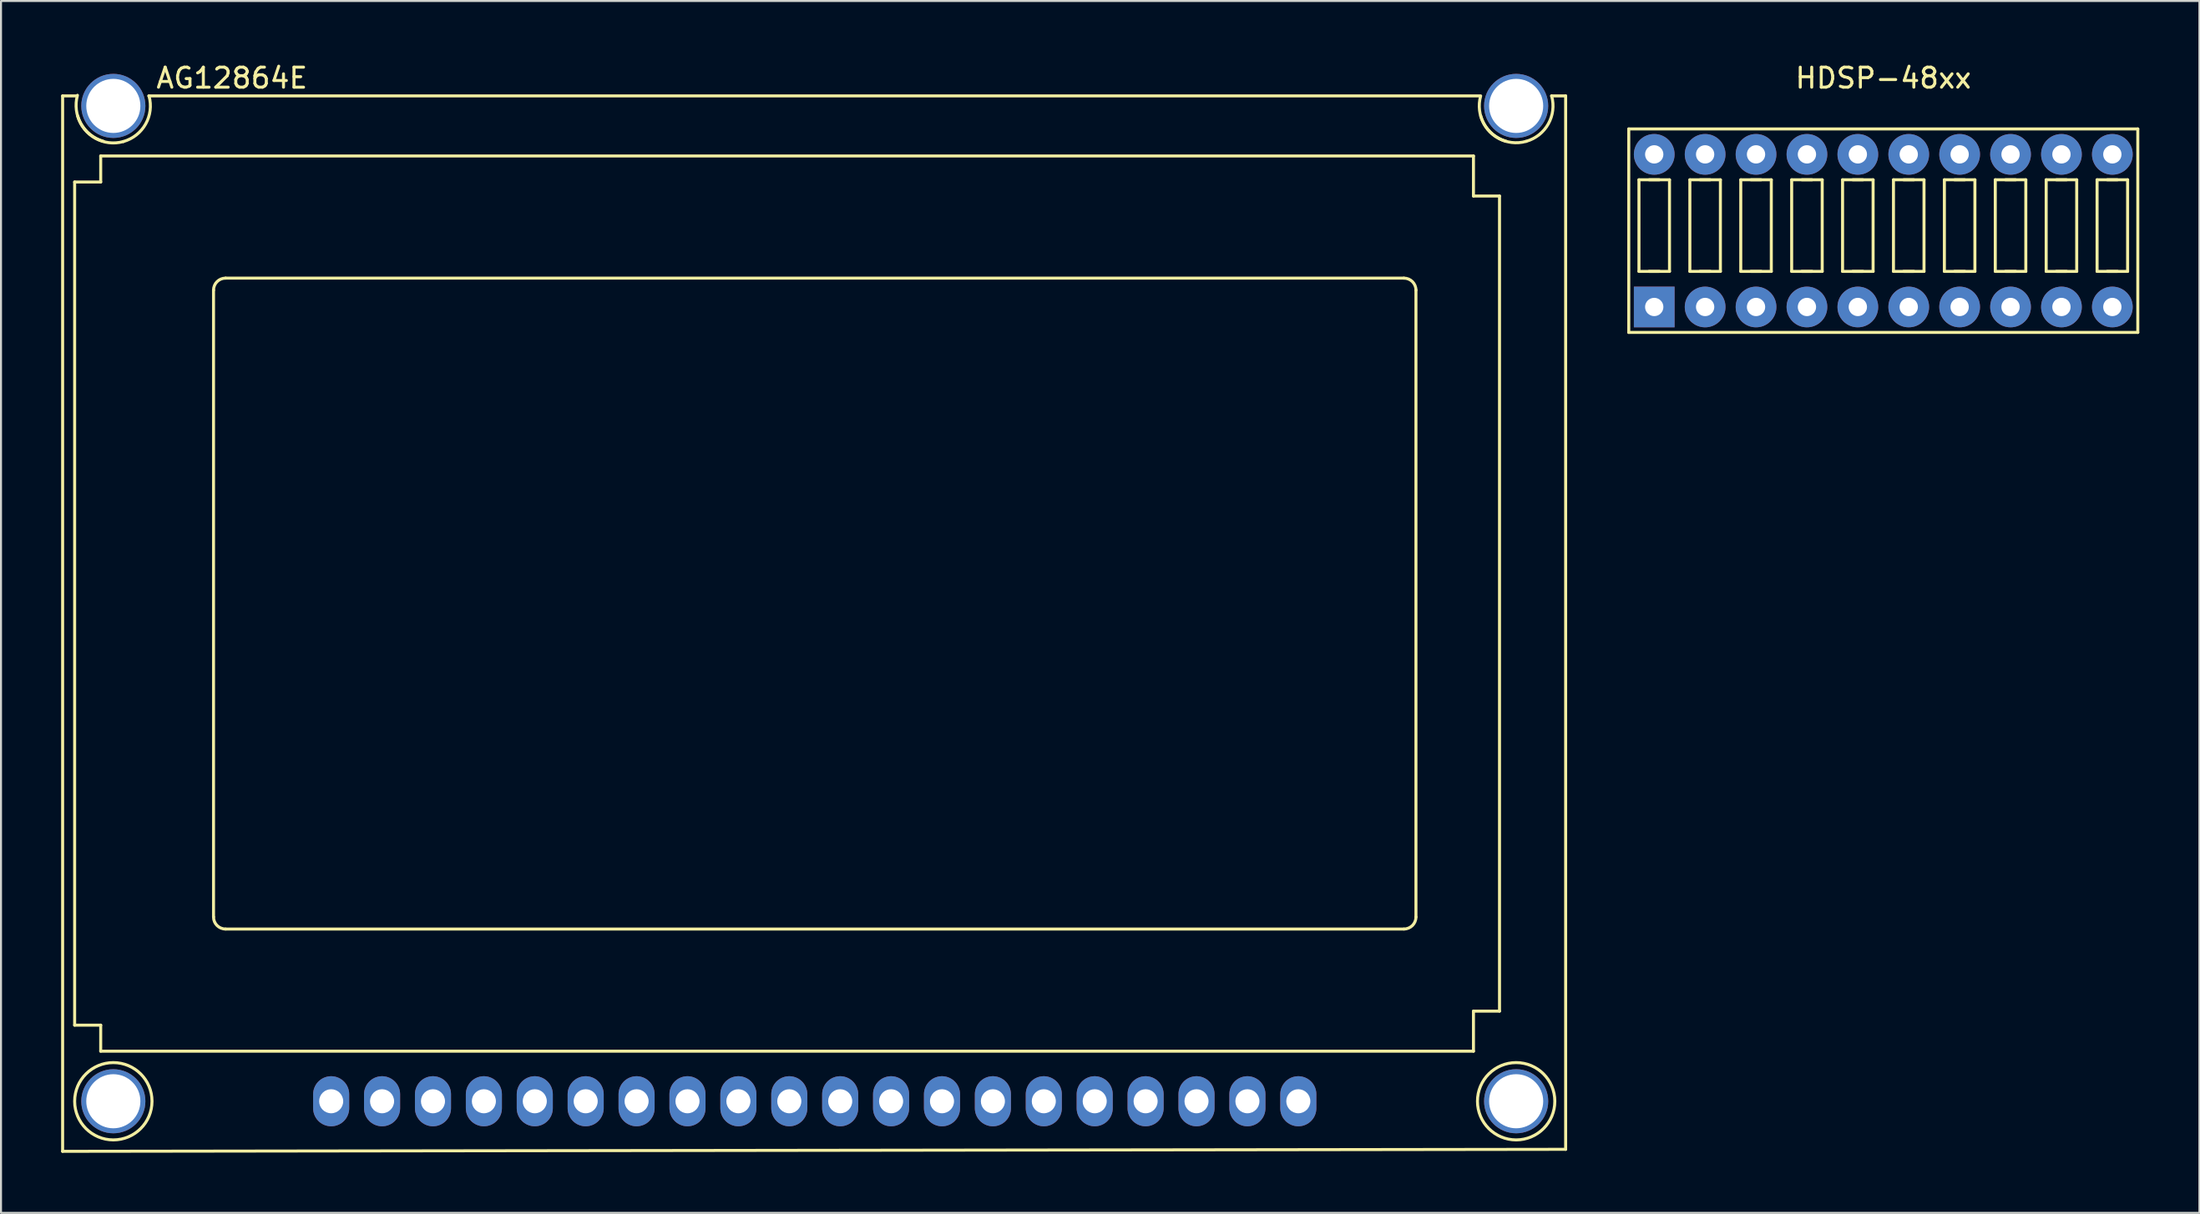
<source format=kicad_pcb>
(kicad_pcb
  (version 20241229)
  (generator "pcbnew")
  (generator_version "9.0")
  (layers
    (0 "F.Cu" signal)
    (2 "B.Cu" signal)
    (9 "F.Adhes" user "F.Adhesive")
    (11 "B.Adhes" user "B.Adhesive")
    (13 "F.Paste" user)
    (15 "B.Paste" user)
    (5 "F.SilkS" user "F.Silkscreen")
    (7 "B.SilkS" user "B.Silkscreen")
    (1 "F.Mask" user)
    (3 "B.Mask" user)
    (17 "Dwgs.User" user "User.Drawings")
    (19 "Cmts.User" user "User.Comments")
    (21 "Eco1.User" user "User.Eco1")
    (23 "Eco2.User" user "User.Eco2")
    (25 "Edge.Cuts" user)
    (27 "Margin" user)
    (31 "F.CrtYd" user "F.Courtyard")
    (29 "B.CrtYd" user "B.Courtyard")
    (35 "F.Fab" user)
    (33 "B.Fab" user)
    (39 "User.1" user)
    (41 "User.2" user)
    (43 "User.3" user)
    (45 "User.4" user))
  (footprint "HDSP-48xx"
    (layer "F.Cu")
    (at 90.925 8.468)
    (property "Reference" "HDSP-48xx" (at 0 -7.62 0) (layer "F.SilkS") (effects (font (size 1 1) (thickness 0.15))))
    (attr through_hole)
    (fp_line (start -12.7 -5.08) (end 12.7 -5.08) (stroke (width 0.15) (type solid)) (layer "F.SilkS"))
    (fp_line (start -12.7 5.08) (end -12.7 -5.08) (stroke (width 0.15) (type solid)) (layer "F.SilkS"))
    (fp_line (start -12.192 -2.54) (end -10.668 -2.54) (stroke (width 0.15) (type solid)) (layer "F.SilkS"))
    (fp_line (start -12.192 2.032) (end -12.192 -2.54) (stroke (width 0.15) (type solid)) (layer "F.SilkS"))
    (fp_line (start -11.684 -2.54) (end -11.176 -2.54) (stroke (width 0.15) (type solid)) (layer "F.SilkS"))
    (fp_line (start -11.176 2.032) (end -11.684 2.032) (stroke (width 0.15) (type solid)) (layer "F.SilkS"))
    (fp_line (start -10.668 -2.54) (end -10.668 2.032) (stroke (width 0.15) (type solid)) (layer "F.SilkS"))
    (fp_line (start -10.668 2.032) (end -12.192 2.032) (stroke (width 0.15) (type solid)) (layer "F.SilkS"))
    (fp_line (start -9.652 -2.54) (end -8.128 -2.54) (stroke (width 0.15) (type solid)) (layer "F.SilkS"))
    (fp_line (start -9.652 2.032) (end -9.652 -2.54) (stroke (width 0.15) (type solid)) (layer "F.SilkS"))
    (fp_line (start -9.144 2.032) (end -8.636 2.032) (stroke (width 0.15) (type solid)) (layer "F.SilkS"))
    (fp_line (start -8.636 -2.54) (end -9.144 -2.54) (stroke (width 0.15) (type solid)) (layer "F.SilkS"))
    (fp_line (start -8.128 -2.54) (end -8.128 2.032) (stroke (width 0.15) (type solid)) (layer "F.SilkS"))
    (fp_line (start -8.128 2.032) (end -9.652 2.032) (stroke (width 0.15) (type solid)) (layer "F.SilkS"))
    (fp_line (start -7.112 -2.54) (end -5.588 -2.54) (stroke (width 0.15) (type solid)) (layer "F.SilkS"))
    (fp_line (start -7.112 2.032) (end -7.112 -2.54) (stroke (width 0.15) (type solid)) (layer "F.SilkS"))
    (fp_line (start -6.604 2.032) (end -6.096 2.032) (stroke (width 0.15) (type solid)) (layer "F.SilkS"))
    (fp_line (start -6.096 -2.54) (end -6.604 -2.54) (stroke (width 0.15) (type solid)) (layer "F.SilkS"))
    (fp_line (start -5.588 -2.54) (end -5.588 2.032) (stroke (width 0.15) (type solid)) (layer "F.SilkS"))
    (fp_line (start -5.588 2.032) (end -7.112 2.032) (stroke (width 0.15) (type solid)) (layer "F.SilkS"))
    (fp_line (start -4.572 -2.54) (end -4.572 2.032) (stroke (width 0.15) (type solid)) (layer "F.SilkS"))
    (fp_line (start -4.572 2.032) (end -3.048 2.032) (stroke (width 0.15) (type solid)) (layer "F.SilkS"))
    (fp_line (start -4.064 2.032) (end -3.556 2.032) (stroke (width 0.15) (type solid)) (layer "F.SilkS"))
    (fp_line (start -3.556 -2.54) (end -4.064 -2.54) (stroke (width 0.15) (type solid)) (layer "F.SilkS"))
    (fp_line (start -3.048 -2.54) (end -4.572 -2.54) (stroke (width 0.15) (type solid)) (layer "F.SilkS"))
    (fp_line (start -3.048 2.032) (end -3.048 -2.54) (stroke (width 0.15) (type solid)) (layer "F.SilkS"))
    (fp_line (start -2.032 -2.54) (end -0.508 -2.54) (stroke (width 0.15) (type solid)) (layer "F.SilkS"))
    (fp_line (start -2.032 2.032) (end -2.032 -2.54) (stroke (width 0.15) (type solid)) (layer "F.SilkS"))
    (fp_line (start -1.524 2.032) (end -1.016 2.032) (stroke (width 0.15) (type solid)) (layer "F.SilkS"))
    (fp_line (start -1.016 -2.54) (end -1.524 -2.54) (stroke (width 0.15) (type solid)) (layer "F.SilkS"))
    (fp_line (start -0.508 -2.54) (end -0.508 2.032) (stroke (width 0.15) (type solid)) (layer "F.SilkS"))
    (fp_line (start -0.508 2.032) (end -2.032 2.032) (stroke (width 0.15) (type solid)) (layer "F.SilkS"))
    (fp_line (start 0.508 -2.54) (end 2.032 -2.54) (stroke (width 0.15) (type solid)) (layer "F.SilkS"))
    (fp_line (start 0.508 2.032) (end 0.508 -2.54) (stroke (width 0.15) (type solid)) (layer "F.SilkS"))
    (fp_line (start 1.016 2.032) (end 1.524 2.032) (stroke (width 0.15) (type solid)) (layer "F.SilkS"))
    (fp_line (start 1.524 -2.54) (end 1.016 -2.54) (stroke (width 0.15) (type solid)) (layer "F.SilkS"))
    (fp_line (start 2.032 -2.54) (end 2.032 2.032) (stroke (width 0.15) (type solid)) (layer "F.SilkS"))
    (fp_line (start 2.032 2.032) (end 0.508 2.032) (stroke (width 0.15) (type solid)) (layer "F.SilkS"))
    (fp_line (start 3.048 -2.54) (end 4.572 -2.54) (stroke (width 0.15) (type solid)) (layer "F.SilkS"))
    (fp_line (start 3.048 2.032) (end 3.048 -2.54) (stroke (width 0.15) (type solid)) (layer "F.SilkS"))
    (fp_line (start 3.556 2.032) (end 4.064 2.032) (stroke (width 0.15) (type solid)) (layer "F.SilkS"))
    (fp_line (start 4.064 -2.54) (end 3.556 -2.54) (stroke (width 0.15) (type solid)) (layer "F.SilkS"))
    (fp_line (start 4.572 -2.54) (end 4.572 2.032) (stroke (width 0.15) (type solid)) (layer "F.SilkS"))
    (fp_line (start 4.572 2.032) (end 3.048 2.032) (stroke (width 0.15) (type solid)) (layer "F.SilkS"))
    (fp_line (start 5.588 -2.54) (end 7.112 -2.54) (stroke (width 0.15) (type solid)) (layer "F.SilkS"))
    (fp_line (start 5.588 2.032) (end 5.588 -2.54) (stroke (width 0.15) (type solid)) (layer "F.SilkS"))
    (fp_line (start 6.096 2.032) (end 6.604 2.032) (stroke (width 0.15) (type solid)) (layer "F.SilkS"))
    (fp_line (start 6.604 -2.54) (end 6.096 -2.54) (stroke (width 0.15) (type solid)) (layer "F.SilkS"))
    (fp_line (start 7.112 -2.54) (end 7.112 2.032) (stroke (width 0.15) (type solid)) (layer "F.SilkS"))
    (fp_line (start 7.112 2.032) (end 5.588 2.032) (stroke (width 0.15) (type solid)) (layer "F.SilkS"))
    (fp_line (start 8.128 -2.54) (end 9.652 -2.54) (stroke (width 0.15) (type solid)) (layer "F.SilkS"))
    (fp_line (start 8.128 2.032) (end 8.128 -2.54) (stroke (width 0.15) (type solid)) (layer "F.SilkS"))
    (fp_line (start 8.636 2.032) (end 9.144 2.032) (stroke (width 0.15) (type solid)) (layer "F.SilkS"))
    (fp_line (start 9.144 -2.54) (end 8.636 -2.54) (stroke (width 0.15) (type solid)) (layer "F.SilkS"))
    (fp_line (start 9.652 -2.54) (end 9.652 2.032) (stroke (width 0.15) (type solid)) (layer "F.SilkS"))
    (fp_line (start 9.652 2.032) (end 8.128 2.032) (stroke (width 0.15) (type solid)) (layer "F.SilkS"))
    (fp_line (start 10.668 -2.54) (end 12.192 -2.54) (stroke (width 0.15) (type solid)) (layer "F.SilkS"))
    (fp_line (start 10.668 2.032) (end 10.668 -2.54) (stroke (width 0.15) (type solid)) (layer "F.SilkS"))
    (fp_line (start 11.176 2.032) (end 11.684 2.032) (stroke (width 0.15) (type solid)) (layer "F.SilkS"))
    (fp_line (start 11.684 -2.54) (end 11.176 -2.54) (stroke (width 0.15) (type solid)) (layer "F.SilkS"))
    (fp_line (start 12.192 -2.54) (end 12.192 2.032) (stroke (width 0.15) (type solid)) (layer "F.SilkS"))
    (fp_line (start 12.192 2.032) (end 10.668 2.032) (stroke (width 0.15) (type solid)) (layer "F.SilkS"))
    (fp_line (start 12.7 -5.08) (end 12.7 5.08) (stroke (width 0.15) (type solid)) (layer "F.SilkS"))
    (fp_line (start 12.7 5.08) (end -12.7 5.08) (stroke (width 0.15) (type solid)) (layer "F.SilkS"))
    (pad "1" thru_hole rect (at -11.43 3.81) (size 2.032 2.032) (drill 0.914) (layers "*.Cu" "*.Mask"))
    (pad "2" thru_hole circle (at -8.89 3.81) (size 2.032 2.032) (drill 0.914) (layers "*.Cu" "*.Mask"))
    (pad "3" thru_hole circle (at -6.35 3.81) (size 2.032 2.032) (drill 0.914) (layers "*.Cu" "*.Mask"))
    (pad "4" thru_hole circle (at -3.81 3.81) (size 2.032 2.032) (drill 0.914) (layers "*.Cu" "*.Mask"))
    (pad "5" thru_hole circle (at -1.27 3.81) (size 2.032 2.032) (drill 0.914) (layers "*.Cu" "*.Mask"))
    (pad "6" thru_hole circle (at 1.27 3.81) (size 2.032 2.032) (drill 0.914) (layers "*.Cu" "*.Mask"))
    (pad "7" thru_hole circle (at 3.81 3.81) (size 2.032 2.032) (drill 0.914) (layers "*.Cu" "*.Mask"))
    (pad "8" thru_hole circle (at 6.35 3.81) (size 2.032 2.032) (drill 0.914) (layers "*.Cu" "*.Mask"))
    (pad "9" thru_hole circle (at 8.89 3.81) (size 2.032 2.032) (drill 0.914) (layers "*.Cu" "*.Mask"))
    (pad "10" thru_hole circle (at 11.43 3.81) (size 2.032 2.032) (drill 0.914) (layers "*.Cu" "*.Mask"))
    (pad "11" thru_hole circle (at 11.43 -3.81) (size 2.032 2.032) (drill 0.914) (layers "*.Cu" "*.Mask"))
    (pad "12" thru_hole circle (at 8.89 -3.81) (size 2.032 2.032) (drill 0.914) (layers "*.Cu" "*.Mask"))
    (pad "13" thru_hole circle (at 6.35 -3.81) (size 2.032 2.032) (drill 0.914) (layers "*.Cu" "*.Mask"))
    (pad "14" thru_hole circle (at 3.81 -3.81) (size 2.032 2.032) (drill 0.914) (layers "*.Cu" "*.Mask"))
    (pad "15" thru_hole circle (at 1.27 -3.81) (size 2.032 2.032) (drill 0.914) (layers "*.Cu" "*.Mask"))
    (pad "16" thru_hole circle (at -1.27 -3.81) (size 2.032 2.032) (drill 0.914) (layers "*.Cu" "*.Mask"))
    (pad "17" thru_hole circle (at -3.81 -3.81) (size 2.032 2.032) (drill 0.914) (layers "*.Cu" "*.Mask"))
    (pad "18" thru_hole circle (at -6.35 -3.81) (size 2.032 2.032) (drill 0.914) (layers "*.Cu" "*.Mask"))
    (pad "19" thru_hole circle (at -8.89 -3.81) (size 2.032 2.032) (drill 0.914) (layers "*.Cu" "*.Mask"))
    (pad "20" thru_hole circle (at -11.43 -3.81) (size 2.032 2.032) (drill 0.914) (layers "*.Cu" "*.Mask")))
  (footprint "AG12864E"
    (layer "F.Cu")
    (at 13.475 51.938)
    (property "Reference" "AG12864E" (at -4.95 -51.09 0) (layer "F.SilkS") (effects (font (size 1 1) (thickness 0.15))))
    (attr through_hole)
    (fp_line (start -13.4 -50.2) (end -12.7 -50.2) (stroke (width 0.15) (type solid)) (layer "F.SilkS"))
    (fp_line (start -13.4 2.5) (end -13.4 -50.2) (stroke (width 0.15) (type solid)) (layer "F.SilkS"))
    (fp_line (start -13.4 2.5) (end 61.6 2.4) (stroke (width 0.15) (type solid)) (layer "F.SilkS"))
    (fp_line (start -12.8 -3.8) (end -12.8 -45.9) (stroke (width 0.15) (type solid)) (layer "F.SilkS"))
    (fp_line (start -12.8 -3.8) (end -11.5 -3.8) (stroke (width 0.15) (type solid)) (layer "F.SilkS"))
    (fp_line (start -11.5 -47.2) (end -11.5 -45.9) (stroke (width 0.15) (type solid)) (layer "F.SilkS"))
    (fp_line (start -11.5 -47.2) (end 57 -47.2) (stroke (width 0.15) (type solid)) (layer "F.SilkS"))
    (fp_line (start -11.5 -45.9) (end -12.8 -45.9) (stroke (width 0.15) (type solid)) (layer "F.SilkS"))
    (fp_line (start -11.5 -3.8) (end -11.5 -2.5) (stroke (width 0.15) (type solid)) (layer "F.SilkS"))
    (fp_line (start -9.1 -50.2) (end 57.3 -50.2) (stroke (width 0.15) (type solid)) (layer "F.SilkS"))
    (fp_line (start -5.87 -40.5) (end -5.87 -9.21) (stroke (width 0.15) (type solid)) (layer "F.SilkS"))
    (fp_line (start -5.27 -8.6) (end 53.53 -8.6) (stroke (width 0.15) (type solid)) (layer "F.SilkS"))
    (fp_line (start 53.53 -41.1) (end -5.27 -41.1) (stroke (width 0.15) (type solid)) (layer "F.SilkS"))
    (fp_line (start 54.13 -9.2) (end 54.13 -40.5) (stroke (width 0.15) (type solid)) (layer "F.SilkS"))
    (fp_line (start 57 -47.2) (end 57 -45.2) (stroke (width 0.15) (type solid)) (layer "F.SilkS"))
    (fp_line (start 57 -45.2) (end 58.3 -45.2) (stroke (width 0.15) (type solid)) (layer "F.SilkS"))
    (fp_line (start 57 -4.5) (end 58.3 -4.5) (stroke (width 0.15) (type solid)) (layer "F.SilkS"))
    (fp_line (start 57 -2.5) (end -11.5 -2.5) (stroke (width 0.15) (type solid)) (layer "F.SilkS"))
    (fp_line (start 57 -2.5) (end 57 -4.5) (stroke (width 0.15) (type solid)) (layer "F.SilkS"))
    (fp_line (start 58.3 -45.2) (end 58.3 -4.5) (stroke (width 0.15) (type solid)) (layer "F.SilkS"))
    (fp_line (start 61.6 -50.2) (end 60.9 -50.2) (stroke (width 0.15) (type solid)) (layer "F.SilkS"))
    (fp_line (start 61.6 2.4) (end 61.6 -50.2) (stroke (width 0.15) (type solid)) (layer "F.SilkS"))
    (fp_arc (start -11.36 -47.93) (mid -12.486346 -48.810761) (end -12.66 -50.23) (stroke (width 0.15) (type solid)) (layer "F.SilkS"))
    (fp_arc (start -10.37 -47.92) (mid -11.775097 -48.087797) (end -12.65 -49.2) (stroke (width 0.15) (type solid)) (layer "F.SilkS"))
    (fp_arc (start -9.09 -50.2) (mid -9.257797 -48.794903) (end -10.37 -47.92) (stroke (width 0.15) (type solid)) (layer "F.SilkS"))
    (fp_arc (start -5.87 -40.5) (mid -5.694264 -40.924264) (end -5.27 -41.1) (stroke (width 0.15) (type solid)) (layer "F.SilkS"))
    (fp_arc (start -5.27 -8.6) (mid -5.694264 -8.775736) (end -5.87 -9.2) (stroke (width 0.15) (type solid)) (layer "F.SilkS"))
    (fp_arc (start 53.53 -41.1) (mid 53.954264 -40.924264) (end 54.13 -40.5) (stroke (width 0.15) (type solid)) (layer "F.SilkS"))
    (fp_arc (start 54.13 -9.2) (mid 53.954264 -8.775736) (end 53.53 -8.6) (stroke (width 0.15) (type solid)) (layer "F.SilkS"))
    (fp_arc (start 58.63 -47.93) (mid 57.524868 -48.801974) (end 57.36 -50.2) (stroke (width 0.15) (type solid)) (layer "F.SilkS"))
    (fp_arc (start 59.63 -47.93) (mid 58.231974 -48.094868) (end 57.36 -49.2) (stroke (width 0.15) (type solid)) (layer "F.SilkS"))
    (fp_arc (start 60.9 -50.2) (mid 60.735132 -48.801974) (end 59.63 -47.93) (stroke (width 0.15) (type solid)) (layer "F.SilkS"))
    (fp_circle (center -10.87 0) (end -12.8 0) (stroke (width 0.15) (type solid)) (fill no) (layer "F.SilkS"))
    (fp_circle (center 59.13 0) (end 61.06 0) (stroke (width 0.15) (type solid)) (fill no) (layer "F.SilkS"))
    (pad "0" thru_hole circle (at -10.87 -49.7) (size 3.2 3.2) (drill 2.7) (layers "*.Cu" "*.Mask"))
    (pad "0" thru_hole circle (at -10.87 0) (size 3.2 3.2) (drill 2.7) (layers "*.Cu" "*.Mask"))
    (pad "0" thru_hole circle (at 59.13 -49.7) (size 3.2 3.2) (drill 2.7) (layers "*.Cu" "*.Mask"))
    (pad "0" thru_hole circle (at 59.13 0) (size 3.2 3.2) (drill 2.7) (layers "*.Cu" "*.Mask"))
    (pad "1" thru_hole oval (at 0 0) (size 1.8 2.5) (drill 1.2) (layers "*.Cu" "*.Mask"))
    (pad "2" thru_hole oval (at 2.54 0) (size 1.8 2.5) (drill 1.2) (layers "*.Cu" "*.Mask"))
    (pad "3" thru_hole oval (at 5.08 0) (size 1.8 2.5) (drill 1.2) (layers "*.Cu" "*.Mask"))
    (pad "4" thru_hole oval (at 7.62 0) (size 1.8 2.5) (drill 1.2) (layers "*.Cu" "*.Mask"))
    (pad "5" thru_hole oval (at 10.16 0) (size 1.8 2.5) (drill 1.2) (layers "*.Cu" "*.Mask"))
    (pad "6" thru_hole oval (at 12.7 0) (size 1.8 2.5) (drill 1.2) (layers "*.Cu" "*.Mask"))
    (pad "7" thru_hole oval (at 15.24 0) (size 1.8 2.5) (drill 1.2) (layers "*.Cu" "*.Mask"))
    (pad "8" thru_hole oval (at 17.78 0) (size 1.8 2.5) (drill 1.2) (layers "*.Cu" "*.Mask"))
    (pad "9" thru_hole oval (at 20.32 0) (size 1.8 2.5) (drill 1.2) (layers "*.Cu" "*.Mask"))
    (pad "10" thru_hole oval (at 22.86 0) (size 1.8 2.5) (drill 1.2) (layers "*.Cu" "*.Mask"))
    (pad "11" thru_hole oval (at 25.4 0) (size 1.8 2.5) (drill 1.2) (layers "*.Cu" "*.Mask"))
    (pad "12" thru_hole oval (at 27.94 0) (size 1.8 2.5) (drill 1.2) (layers "*.Cu" "*.Mask"))
    (pad "13" thru_hole oval (at 30.48 0) (size 1.8 2.5) (drill 1.2) (layers "*.Cu" "*.Mask"))
    (pad "14" thru_hole oval (at 33.02 0) (size 1.8 2.5) (drill 1.2) (layers "*.Cu" "*.Mask"))
    (pad "15" thru_hole oval (at 35.56 0) (size 1.8 2.5) (drill 1.2) (layers "*.Cu" "*.Mask"))
    (pad "16" thru_hole oval (at 38.1 0) (size 1.8 2.5) (drill 1.2) (layers "*.Cu" "*.Mask"))
    (pad "17" thru_hole oval (at 40.64 0) (size 1.8 2.5) (drill 1.2) (layers "*.Cu" "*.Mask"))
    (pad "18" thru_hole oval (at 43.18 0) (size 1.8 2.5) (drill 1.2) (layers "*.Cu" "*.Mask"))
    (pad "19" thru_hole oval (at 45.72 0) (size 1.8 2.5) (drill 1.2) (layers "*.Cu" "*.Mask"))
    (pad "20" thru_hole oval (at 48.26 0) (size 1.8 2.5) (drill 1.2) (layers "*.Cu" "*.Mask")))
  (gr_rect
    (start -3 -3)
    (end 106.7 57.513)
    (stroke (width 0.1) (type default))
    (fill no)
    (layer "Edge.Cuts")))
</source>
